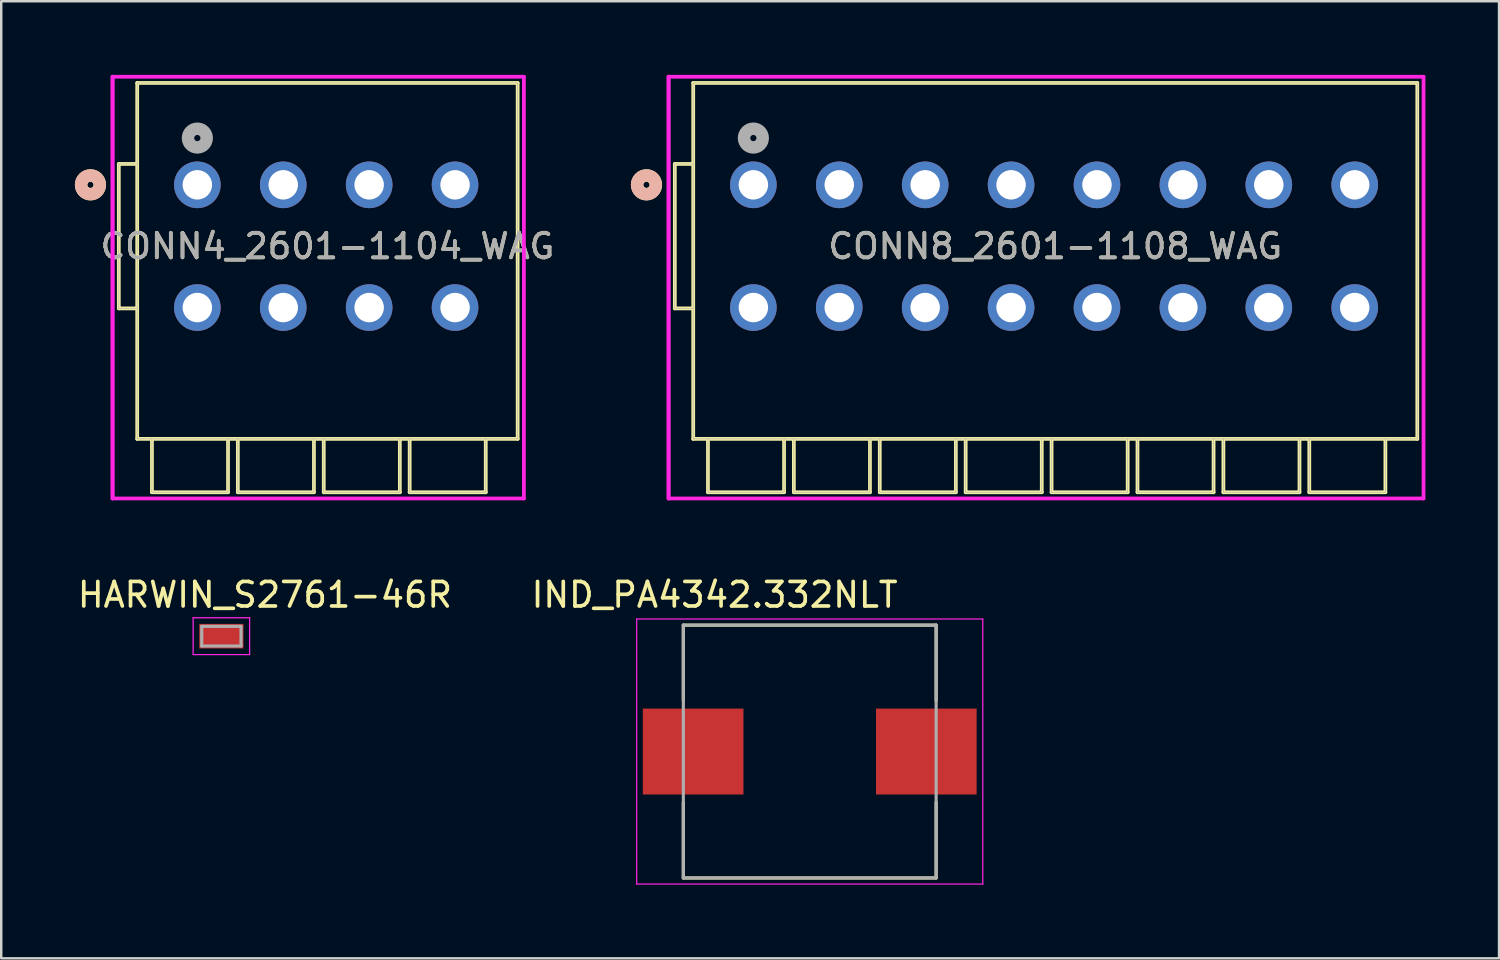
<source format=kicad_pcb>
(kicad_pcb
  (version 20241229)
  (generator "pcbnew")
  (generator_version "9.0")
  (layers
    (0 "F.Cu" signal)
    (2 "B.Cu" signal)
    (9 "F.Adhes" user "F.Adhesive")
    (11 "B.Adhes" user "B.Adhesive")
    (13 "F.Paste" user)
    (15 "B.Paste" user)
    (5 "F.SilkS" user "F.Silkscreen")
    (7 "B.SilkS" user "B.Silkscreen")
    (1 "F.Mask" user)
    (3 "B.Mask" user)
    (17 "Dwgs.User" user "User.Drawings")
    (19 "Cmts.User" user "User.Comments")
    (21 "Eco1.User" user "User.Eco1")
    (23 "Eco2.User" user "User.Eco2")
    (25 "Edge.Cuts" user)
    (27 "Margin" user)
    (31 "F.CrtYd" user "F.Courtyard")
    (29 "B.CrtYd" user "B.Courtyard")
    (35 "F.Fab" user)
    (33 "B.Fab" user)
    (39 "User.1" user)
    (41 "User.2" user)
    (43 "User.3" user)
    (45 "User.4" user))
  (footprint "HARWIN_S2761-46R"
    (layer "F.Cu")
    (at 5.969 22.869)
    (property "Reference" "HARWIN_S2761-46R" (at 1.775 -1.685 0) (layer "F.SilkS") (effects (font (size 1 1) (thickness 0.15))))
    (attr smd)
    (fp_line (start -1.15 -0.75) (end -1.15 0.75) (stroke (width 0.05) (type solid)) (layer "F.CrtYd"))
    (fp_line (start -1.15 0.75) (end 1.15 0.75) (stroke (width 0.05) (type solid)) (layer "F.CrtYd"))
    (fp_line (start 1.15 -0.75) (end -1.15 -0.75) (stroke (width 0.05) (type solid)) (layer "F.CrtYd"))
    (fp_line (start 1.15 0.75) (end 1.15 -0.75) (stroke (width 0.05) (type solid)) (layer "F.CrtYd"))
    (fp_line (start -0.8 -0.4) (end 0.8 -0.4) (stroke (width 0.127) (type solid)) (layer "F.Fab"))
    (fp_line (start -0.8 0.4) (end -0.8 -0.4) (stroke (width 0.127) (type solid)) (layer "F.Fab"))
    (fp_line (start 0.8 -0.4) (end 0.8 0.4) (stroke (width 0.127) (type solid)) (layer "F.Fab"))
    (fp_line (start 0.8 0.4) (end -0.8 0.4) (stroke (width 0.127) (type solid)) (layer "F.Fab"))
    (pad "1" smd rect (at 0 0) (size 1.8 1) (layers "F.Cu" "F.Mask" "F.Paste")))
  (footprint "IND_PA4342.332NLT"
    (layer "F.Cu")
    (at 29.94 27.569)
    (property "Reference" "IND_PA4342.332NLT" (at -3.875 -6.385 0) (layer "F.SilkS") (effects (font (size 1 1) (thickness 0.15))))
    (attr smd)
    (fp_line (start -5.15 -5.15) (end 5.15 -5.15) (stroke (width 0.127) (type solid)) (layer "F.SilkS"))
    (fp_line (start -5.15 -2.07) (end -5.15 -5.15) (stroke (width 0.127) (type solid)) (layer "F.SilkS"))
    (fp_line (start -5.15 5.15) (end -5.15 2.07) (stroke (width 0.127) (type solid)) (layer "F.SilkS"))
    (fp_line (start 5.15 -5.15) (end 5.15 -2.07) (stroke (width 0.127) (type solid)) (layer "F.SilkS"))
    (fp_line (start 5.15 5.15) (end -5.15 5.15) (stroke (width 0.127) (type solid)) (layer "F.SilkS"))
    (fp_line (start 5.15 5.15) (end 5.15 2.07) (stroke (width 0.127) (type solid)) (layer "F.SilkS"))
    (fp_line (start -7.05 -5.4) (end -7.05 5.4) (stroke (width 0.05) (type solid)) (layer "F.CrtYd"))
    (fp_line (start -7.05 5.4) (end 7.05 5.4) (stroke (width 0.05) (type solid)) (layer "F.CrtYd"))
    (fp_line (start 7.05 -5.4) (end -7.05 -5.4) (stroke (width 0.05) (type solid)) (layer "F.CrtYd"))
    (fp_line (start 7.05 5.4) (end 7.05 -5.4) (stroke (width 0.05) (type solid)) (layer "F.CrtYd"))
    (fp_line (start -5.15 -5.15) (end 5.15 -5.15) (stroke (width 0.127) (type solid)) (layer "F.Fab"))
    (fp_line (start -5.15 5.15) (end -5.15 -5.15) (stroke (width 0.127) (type solid)) (layer "F.Fab"))
    (fp_line (start 5.15 -5.15) (end 5.15 5.15) (stroke (width 0.127) (type solid)) (layer "F.Fab"))
    (fp_line (start 5.15 5.15) (end -5.15 5.15) (stroke (width 0.127) (type solid)) (layer "F.Fab"))
    (pad "1" smd rect (at -4.75 0) (size 4.1 3.5) (layers "F.Cu" "F.Mask" "F.Paste"))
    (pad "2" smd rect (at 4.75 0) (size 4.1 3.5) (layers "F.Cu" "F.Mask" "F.Paste")))
  (footprint "CONN8_2601-1108_WAG"
    (layer "F.Cu")
    (at 27.643 4.48)
    (property "Reference" "CONN8_2601-1108_WAG" (at 12.3 2.5 0) (unlocked yes) (layer "F.SilkS") (effects (font (size 1 1) (thickness 0.15))))
    (attr through_hole)
    (fp_line (start -3.2 5.034) (end -3.2 -0.85) (stroke (width 0.152) (type solid)) (layer "F.SilkS"))
    (fp_line (start -2.45 -0.85) (end -3.2 -0.85) (stroke (width 0.152) (type solid)) (layer "F.SilkS"))
    (fp_line (start -2.45 5.034) (end -3.2 5.034) (stroke (width 0.152) (type solid)) (layer "F.SilkS"))
    (fp_line (start -2.45 -4.15) (end 27.05 -4.15) (stroke (width 0.152) (type solid)) (layer "F.SilkS"))
    (fp_line (start -2.45 10.35) (end -2.45 -4.15) (stroke (width 0.152) (type solid)) (layer "F.SilkS"))
    (fp_line (start -2.45 10.35) (end 27.05 10.35) (stroke (width 0.152) (type solid)) (layer "F.SilkS"))
    (fp_line (start -1.85 10.35) (end -1.85 12.525) (stroke (width 0.152) (type solid)) (layer "F.SilkS"))
    (fp_line (start -1.85 12.525) (end 1.25 12.525) (stroke (width 0.152) (type solid)) (layer "F.SilkS"))
    (fp_line (start 1.25 10.35) (end 1.25 12.525) (stroke (width 0.152) (type solid)) (layer "F.SilkS"))
    (fp_line (start 1.65 10.35) (end 1.65 12.525) (stroke (width 0.152) (type solid)) (layer "F.SilkS"))
    (fp_line (start 1.65 12.525) (end 4.75 12.525) (stroke (width 0.152) (type solid)) (layer "F.SilkS"))
    (fp_line (start 4.75 10.35) (end 4.75 12.525) (stroke (width 0.152) (type solid)) (layer "F.SilkS"))
    (fp_line (start 5.15 10.35) (end 5.15 12.525) (stroke (width 0.152) (type solid)) (layer "F.SilkS"))
    (fp_line (start 5.15 12.525) (end 8.25 12.525) (stroke (width 0.152) (type solid)) (layer "F.SilkS"))
    (fp_line (start 8.25 10.35) (end 8.25 12.525) (stroke (width 0.152) (type solid)) (layer "F.SilkS"))
    (fp_line (start 8.65 10.35) (end 8.65 12.525) (stroke (width 0.152) (type solid)) (layer "F.SilkS"))
    (fp_line (start 8.65 12.525) (end 11.75 12.525) (stroke (width 0.152) (type solid)) (layer "F.SilkS"))
    (fp_line (start 11.75 10.35) (end 11.75 12.525) (stroke (width 0.152) (type solid)) (layer "F.SilkS"))
    (fp_line (start 12.15 10.35) (end 12.15 12.525) (stroke (width 0.152) (type solid)) (layer "F.SilkS"))
    (fp_line (start 12.15 12.525) (end 15.25 12.525) (stroke (width 0.152) (type solid)) (layer "F.SilkS"))
    (fp_line (start 15.25 10.35) (end 15.25 12.525) (stroke (width 0.152) (type solid)) (layer "F.SilkS"))
    (fp_line (start 15.65 10.35) (end 15.65 12.525) (stroke (width 0.152) (type solid)) (layer "F.SilkS"))
    (fp_line (start 15.65 12.525) (end 18.75 12.525) (stroke (width 0.152) (type solid)) (layer "F.SilkS"))
    (fp_line (start 18.75 10.35) (end 18.75 12.525) (stroke (width 0.152) (type solid)) (layer "F.SilkS"))
    (fp_line (start 19.15 10.35) (end 19.15 12.525) (stroke (width 0.152) (type solid)) (layer "F.SilkS"))
    (fp_line (start 19.15 12.525) (end 22.25 12.525) (stroke (width 0.152) (type solid)) (layer "F.SilkS"))
    (fp_line (start 22.25 10.35) (end 22.25 12.525) (stroke (width 0.152) (type solid)) (layer "F.SilkS"))
    (fp_line (start 22.65 10.35) (end 22.65 12.525) (stroke (width 0.152) (type solid)) (layer "F.SilkS"))
    (fp_line (start 22.65 12.525) (end 25.75 12.525) (stroke (width 0.152) (type solid)) (layer "F.SilkS"))
    (fp_line (start 25.75 10.35) (end 25.75 12.525) (stroke (width 0.152) (type solid)) (layer "F.SilkS"))
    (fp_line (start 27.05 -4.15) (end 27.05 10.35) (stroke (width 0.152) (type solid)) (layer "F.SilkS"))
    (fp_circle (center -4.355 0) (end -3.974 0) (stroke (width 0.508) (type solid)) (fill no) (layer "F.SilkS"))
    (fp_circle (center -4.355 0) (end -3.974 0) (stroke (width 0.508) (type solid)) (fill no) (layer "B.SilkS"))
    (fp_line (start -3.454 -4.404) (end -3.454 12.779) (stroke (width 0.152) (type solid)) (layer "F.CrtYd"))
    (fp_line (start -3.454 -4.404) (end -3.454 12.779) (stroke (width 0.152) (type solid)) (layer "F.CrtYd"))
    (fp_line (start -3.454 12.779) (end 27.304 12.779) (stroke (width 0.152) (type solid)) (layer "F.CrtYd"))
    (fp_line (start 27.304 -4.404) (end -3.454 -4.404) (stroke (width 0.152) (type solid)) (layer "F.CrtYd"))
    (fp_line (start 27.304 12.779) (end 27.304 -4.404) (stroke (width 0.152) (type solid)) (layer "F.CrtYd"))
    (fp_line (start -3.2 5.034) (end -3.2 -0.85) (stroke (width 0.025) (type solid)) (layer "F.Fab"))
    (fp_line (start -2.45 -0.85) (end -3.2 -0.85) (stroke (width 0.025) (type solid)) (layer "F.Fab"))
    (fp_line (start -2.45 5.034) (end -3.2 5.034) (stroke (width 0.025) (type solid)) (layer "F.Fab"))
    (fp_line (start -2.45 -4.15) (end 27.05 -4.15) (stroke (width 0.025) (type solid)) (layer "F.Fab"))
    (fp_line (start -2.45 10.35) (end -2.45 -4.15) (stroke (width 0.025) (type solid)) (layer "F.Fab"))
    (fp_line (start -2.45 10.35) (end 27.05 10.35) (stroke (width 0.025) (type solid)) (layer "F.Fab"))
    (fp_line (start -1.85 10.35) (end -1.85 12.525) (stroke (width 0.025) (type solid)) (layer "F.Fab"))
    (fp_line (start -1.85 12.525) (end 1.25 12.525) (stroke (width 0.025) (type solid)) (layer "F.Fab"))
    (fp_line (start 1.25 10.35) (end 1.25 12.525) (stroke (width 0.025) (type solid)) (layer "F.Fab"))
    (fp_line (start 1.65 10.35) (end 1.65 12.525) (stroke (width 0.025) (type solid)) (layer "F.Fab"))
    (fp_line (start 1.65 12.525) (end 4.75 12.525) (stroke (width 0.025) (type solid)) (layer "F.Fab"))
    (fp_line (start 4.75 10.35) (end 4.75 12.525) (stroke (width 0.025) (type solid)) (layer "F.Fab"))
    (fp_line (start 5.15 10.35) (end 5.15 12.525) (stroke (width 0.025) (type solid)) (layer "F.Fab"))
    (fp_line (start 5.15 12.525) (end 8.25 12.525) (stroke (width 0.025) (type solid)) (layer "F.Fab"))
    (fp_line (start 8.25 10.35) (end 8.25 12.525) (stroke (width 0.025) (type solid)) (layer "F.Fab"))
    (fp_line (start 8.65 10.35) (end 8.65 12.525) (stroke (width 0.025) (type solid)) (layer "F.Fab"))
    (fp_line (start 8.65 12.525) (end 11.75 12.525) (stroke (width 0.025) (type solid)) (layer "F.Fab"))
    (fp_line (start 11.75 10.35) (end 11.75 12.525) (stroke (width 0.025) (type solid)) (layer "F.Fab"))
    (fp_line (start 12.15 10.35) (end 12.15 12.525) (stroke (width 0.025) (type solid)) (layer "F.Fab"))
    (fp_line (start 12.15 12.525) (end 15.25 12.525) (stroke (width 0.025) (type solid)) (layer "F.Fab"))
    (fp_line (start 15.25 10.35) (end 15.25 12.525) (stroke (width 0.025) (type solid)) (layer "F.Fab"))
    (fp_line (start 15.65 10.35) (end 15.65 12.525) (stroke (width 0.025) (type solid)) (layer "F.Fab"))
    (fp_line (start 15.65 12.525) (end 18.75 12.525) (stroke (width 0.025) (type solid)) (layer "F.Fab"))
    (fp_line (start 18.75 10.35) (end 18.75 12.525) (stroke (width 0.025) (type solid)) (layer "F.Fab"))
    (fp_line (start 19.15 10.35) (end 19.15 12.525) (stroke (width 0.025) (type solid)) (layer "F.Fab"))
    (fp_line (start 19.15 12.525) (end 22.25 12.525) (stroke (width 0.025) (type solid)) (layer "F.Fab"))
    (fp_line (start 22.25 10.35) (end 22.25 12.525) (stroke (width 0.025) (type solid)) (layer "F.Fab"))
    (fp_line (start 22.65 10.35) (end 22.65 12.525) (stroke (width 0.025) (type solid)) (layer "F.Fab"))
    (fp_line (start 22.65 12.525) (end 25.75 12.525) (stroke (width 0.025) (type solid)) (layer "F.Fab"))
    (fp_line (start 25.75 10.35) (end 25.75 12.525) (stroke (width 0.025) (type solid)) (layer "F.Fab"))
    (fp_line (start 27.05 -4.15) (end 27.05 10.35) (stroke (width 0.025) (type solid)) (layer "F.Fab"))
    (fp_circle (center 0 -1.905) (end 0.381 -1.905) (stroke (width 0.508) (type solid)) (fill no) (layer "F.Fab"))
    (fp_text user "${REFERENCE}" (at 12.3 2.5 0) (unlocked yes) (layer "F.Fab") (effects (font (size 1 1) (thickness 0.15))))
    (pad "1" thru_hole circle (at 0 0) (size 1.9 1.9) (drill 1.2) (layers "*.Cu" "*.Mask"))
    (pad "2" thru_hole circle (at 0 5) (size 1.9 1.9) (drill 1.2) (layers "*.Cu" "*.Mask"))
    (pad "3" thru_hole circle (at 3.5 0) (size 1.9 1.9) (drill 1.2) (layers "*.Cu" "*.Mask"))
    (pad "4" thru_hole circle (at 3.5 5) (size 1.9 1.9) (drill 1.2) (layers "*.Cu" "*.Mask"))
    (pad "5" thru_hole circle (at 7 0) (size 1.9 1.9) (drill 1.2) (layers "*.Cu" "*.Mask"))
    (pad "6" thru_hole circle (at 7 5) (size 1.9 1.9) (drill 1.2) (layers "*.Cu" "*.Mask"))
    (pad "7" thru_hole circle (at 10.5 0) (size 1.9 1.9) (drill 1.2) (layers "*.Cu" "*.Mask"))
    (pad "8" thru_hole circle (at 10.5 5) (size 1.9 1.9) (drill 1.2) (layers "*.Cu" "*.Mask"))
    (pad "9" thru_hole circle (at 14 0) (size 1.9 1.9) (drill 1.2) (layers "*.Cu" "*.Mask"))
    (pad "10" thru_hole circle (at 14 5) (size 1.9 1.9) (drill 1.2) (layers "*.Cu" "*.Mask"))
    (pad "11" thru_hole circle (at 17.5 0) (size 1.9 1.9) (drill 1.2) (layers "*.Cu" "*.Mask"))
    (pad "12" thru_hole circle (at 17.5 5) (size 1.9 1.9) (drill 1.2) (layers "*.Cu" "*.Mask"))
    (pad "13" thru_hole circle (at 21 0) (size 1.9 1.9) (drill 1.2) (layers "*.Cu" "*.Mask"))
    (pad "14" thru_hole circle (at 21 5) (size 1.9 1.9) (drill 1.2) (layers "*.Cu" "*.Mask"))
    (pad "15" thru_hole circle (at 24.5 0) (size 1.9 1.9) (drill 1.2) (layers "*.Cu" "*.Mask"))
    (pad "16" thru_hole circle (at 24.5 5) (size 1.9 1.9) (drill 1.2) (layers "*.Cu" "*.Mask")))
  (footprint "CONN4_2601-1104_WAG"
    (layer "F.Cu")
    (at 4.99 4.48)
    (property "Reference" "CONN4_2601-1104_WAG" (at 5.3 2.5 0) (unlocked yes) (layer "F.SilkS") (effects (font (size 1 1) (thickness 0.15))))
    (attr through_hole)
    (fp_line (start -3.2 5.034) (end -3.2 -0.85) (stroke (width 0.152) (type solid)) (layer "F.SilkS"))
    (fp_line (start -2.45 -4.15) (end 13.05 -4.15) (stroke (width 0.152) (type solid)) (layer "F.SilkS"))
    (fp_line (start -2.45 10.35) (end -2.45 -4.15) (stroke (width 0.152) (type solid)) (layer "F.SilkS"))
    (fp_line (start -2.45 10.35) (end 13.05 10.35) (stroke (width 0.152) (type solid)) (layer "F.SilkS"))
    (fp_line (start -2.45 -0.85) (end -3.2 -0.85) (stroke (width 0.152) (type solid)) (layer "F.SilkS"))
    (fp_line (start -2.45 5.034) (end -3.2 5.034) (stroke (width 0.152) (type solid)) (layer "F.SilkS"))
    (fp_line (start -1.85 10.35) (end -1.85 12.525) (stroke (width 0.152) (type solid)) (layer "F.SilkS"))
    (fp_line (start -1.85 12.525) (end 1.25 12.525) (stroke (width 0.152) (type solid)) (layer "F.SilkS"))
    (fp_line (start 1.25 10.35) (end 1.25 12.525) (stroke (width 0.152) (type solid)) (layer "F.SilkS"))
    (fp_line (start 1.65 10.35) (end 1.65 12.525) (stroke (width 0.152) (type solid)) (layer "F.SilkS"))
    (fp_line (start 1.65 12.525) (end 4.75 12.525) (stroke (width 0.152) (type solid)) (layer "F.SilkS"))
    (fp_line (start 4.75 10.35) (end 4.75 12.525) (stroke (width 0.152) (type solid)) (layer "F.SilkS"))
    (fp_line (start 5.15 10.35) (end 5.15 12.525) (stroke (width 0.152) (type solid)) (layer "F.SilkS"))
    (fp_line (start 5.15 12.525) (end 8.25 12.525) (stroke (width 0.152) (type solid)) (layer "F.SilkS"))
    (fp_line (start 8.25 10.35) (end 8.25 12.525) (stroke (width 0.152) (type solid)) (layer "F.SilkS"))
    (fp_line (start 8.65 10.35) (end 8.65 12.525) (stroke (width 0.152) (type solid)) (layer "F.SilkS"))
    (fp_line (start 8.65 12.525) (end 11.75 12.525) (stroke (width 0.152) (type solid)) (layer "F.SilkS"))
    (fp_line (start 11.75 10.35) (end 11.75 12.525) (stroke (width 0.152) (type solid)) (layer "F.SilkS"))
    (fp_line (start 13.05 -4.15) (end 13.05 10.35) (stroke (width 0.152) (type solid)) (layer "F.SilkS"))
    (fp_circle (center -4.355 0) (end -3.974 0) (stroke (width 0.508) (type solid)) (fill no) (layer "F.SilkS"))
    (fp_circle (center -4.355 0) (end -3.974 0) (stroke (width 0.508) (type solid)) (fill no) (layer "B.SilkS"))
    (fp_line (start -3.454 -4.404) (end -3.454 12.779) (stroke (width 0.152) (type solid)) (layer "F.CrtYd"))
    (fp_line (start -3.454 -4.404) (end -3.454 12.779) (stroke (width 0.152) (type solid)) (layer "F.CrtYd"))
    (fp_line (start -3.454 12.779) (end 13.304 12.779) (stroke (width 0.152) (type solid)) (layer "F.CrtYd"))
    (fp_line (start 13.304 -4.404) (end -3.454 -4.404) (stroke (width 0.152) (type solid)) (layer "F.CrtYd"))
    (fp_line (start 13.304 12.779) (end 13.304 -4.404) (stroke (width 0.152) (type solid)) (layer "F.CrtYd"))
    (fp_line (start -3.2 5.034) (end -3.2 -0.85) (stroke (width 0.025) (type solid)) (layer "F.Fab"))
    (fp_line (start -2.45 -4.15) (end 13.05 -4.15) (stroke (width 0.025) (type solid)) (layer "F.Fab"))
    (fp_line (start -2.45 10.35) (end -2.45 -4.15) (stroke (width 0.025) (type solid)) (layer "F.Fab"))
    (fp_line (start -2.45 10.35) (end 13.05 10.35) (stroke (width 0.025) (type solid)) (layer "F.Fab"))
    (fp_line (start -2.45 -0.85) (end -3.2 -0.85) (stroke (width 0.025) (type solid)) (layer "F.Fab"))
    (fp_line (start -2.45 5.034) (end -3.2 5.034) (stroke (width 0.025) (type solid)) (layer "F.Fab"))
    (fp_line (start -1.85 10.35) (end -1.85 12.525) (stroke (width 0.025) (type solid)) (layer "F.Fab"))
    (fp_line (start -1.85 12.525) (end 1.25 12.525) (stroke (width 0.025) (type solid)) (layer "F.Fab"))
    (fp_line (start 1.25 10.35) (end 1.25 12.525) (stroke (width 0.025) (type solid)) (layer "F.Fab"))
    (fp_line (start 1.65 10.35) (end 1.65 12.525) (stroke (width 0.025) (type solid)) (layer "F.Fab"))
    (fp_line (start 1.65 12.525) (end 4.75 12.525) (stroke (width 0.025) (type solid)) (layer "F.Fab"))
    (fp_line (start 4.75 10.35) (end 4.75 12.525) (stroke (width 0.025) (type solid)) (layer "F.Fab"))
    (fp_line (start 5.15 10.35) (end 5.15 12.525) (stroke (width 0.025) (type solid)) (layer "F.Fab"))
    (fp_line (start 5.15 12.525) (end 8.25 12.525) (stroke (width 0.025) (type solid)) (layer "F.Fab"))
    (fp_line (start 8.25 10.35) (end 8.25 12.525) (stroke (width 0.025) (type solid)) (layer "F.Fab"))
    (fp_line (start 8.65 10.35) (end 8.65 12.525) (stroke (width 0.025) (type solid)) (layer "F.Fab"))
    (fp_line (start 8.65 12.525) (end 11.75 12.525) (stroke (width 0.025) (type solid)) (layer "F.Fab"))
    (fp_line (start 11.75 10.35) (end 11.75 12.525) (stroke (width 0.025) (type solid)) (layer "F.Fab"))
    (fp_line (start 13.05 -4.15) (end 13.05 10.35) (stroke (width 0.025) (type solid)) (layer "F.Fab"))
    (fp_circle (center 0 -1.905) (end 0.381 -1.905) (stroke (width 0.508) (type solid)) (fill no) (layer "F.Fab"))
    (fp_text user "${REFERENCE}" (at 5.3 2.5 0) (unlocked yes) (layer "F.Fab") (effects (font (size 1 1) (thickness 0.15))))
    (pad "1" thru_hole circle (at 0 0) (size 1.9 1.9) (drill 1.2) (layers "*.Cu" "*.Mask"))
    (pad "2" thru_hole circle (at 0 5) (size 1.9 1.9) (drill 1.2) (layers "*.Cu" "*.Mask"))
    (pad "3" thru_hole circle (at 3.5 0) (size 1.9 1.9) (drill 1.2) (layers "*.Cu" "*.Mask"))
    (pad "4" thru_hole circle (at 3.5 5) (size 1.9 1.9) (drill 1.2) (layers "*.Cu" "*.Mask"))
    (pad "5" thru_hole circle (at 7 0) (size 1.9 1.9) (drill 1.2) (layers "*.Cu" "*.Mask"))
    (pad "6" thru_hole circle (at 7 5) (size 1.9 1.9) (drill 1.2) (layers "*.Cu" "*.Mask"))
    (pad "7" thru_hole circle (at 10.5 0) (size 1.9 1.9) (drill 1.2) (layers "*.Cu" "*.Mask"))
    (pad "8" thru_hole circle (at 10.5 5) (size 1.9 1.9) (drill 1.2) (layers "*.Cu" "*.Mask")))
  (gr_rect
    (start -3 -3)
    (end 58.023 35.994)
    (stroke (width 0.1) (type default))
    (fill no)
    (layer "Edge.Cuts")))
</source>
